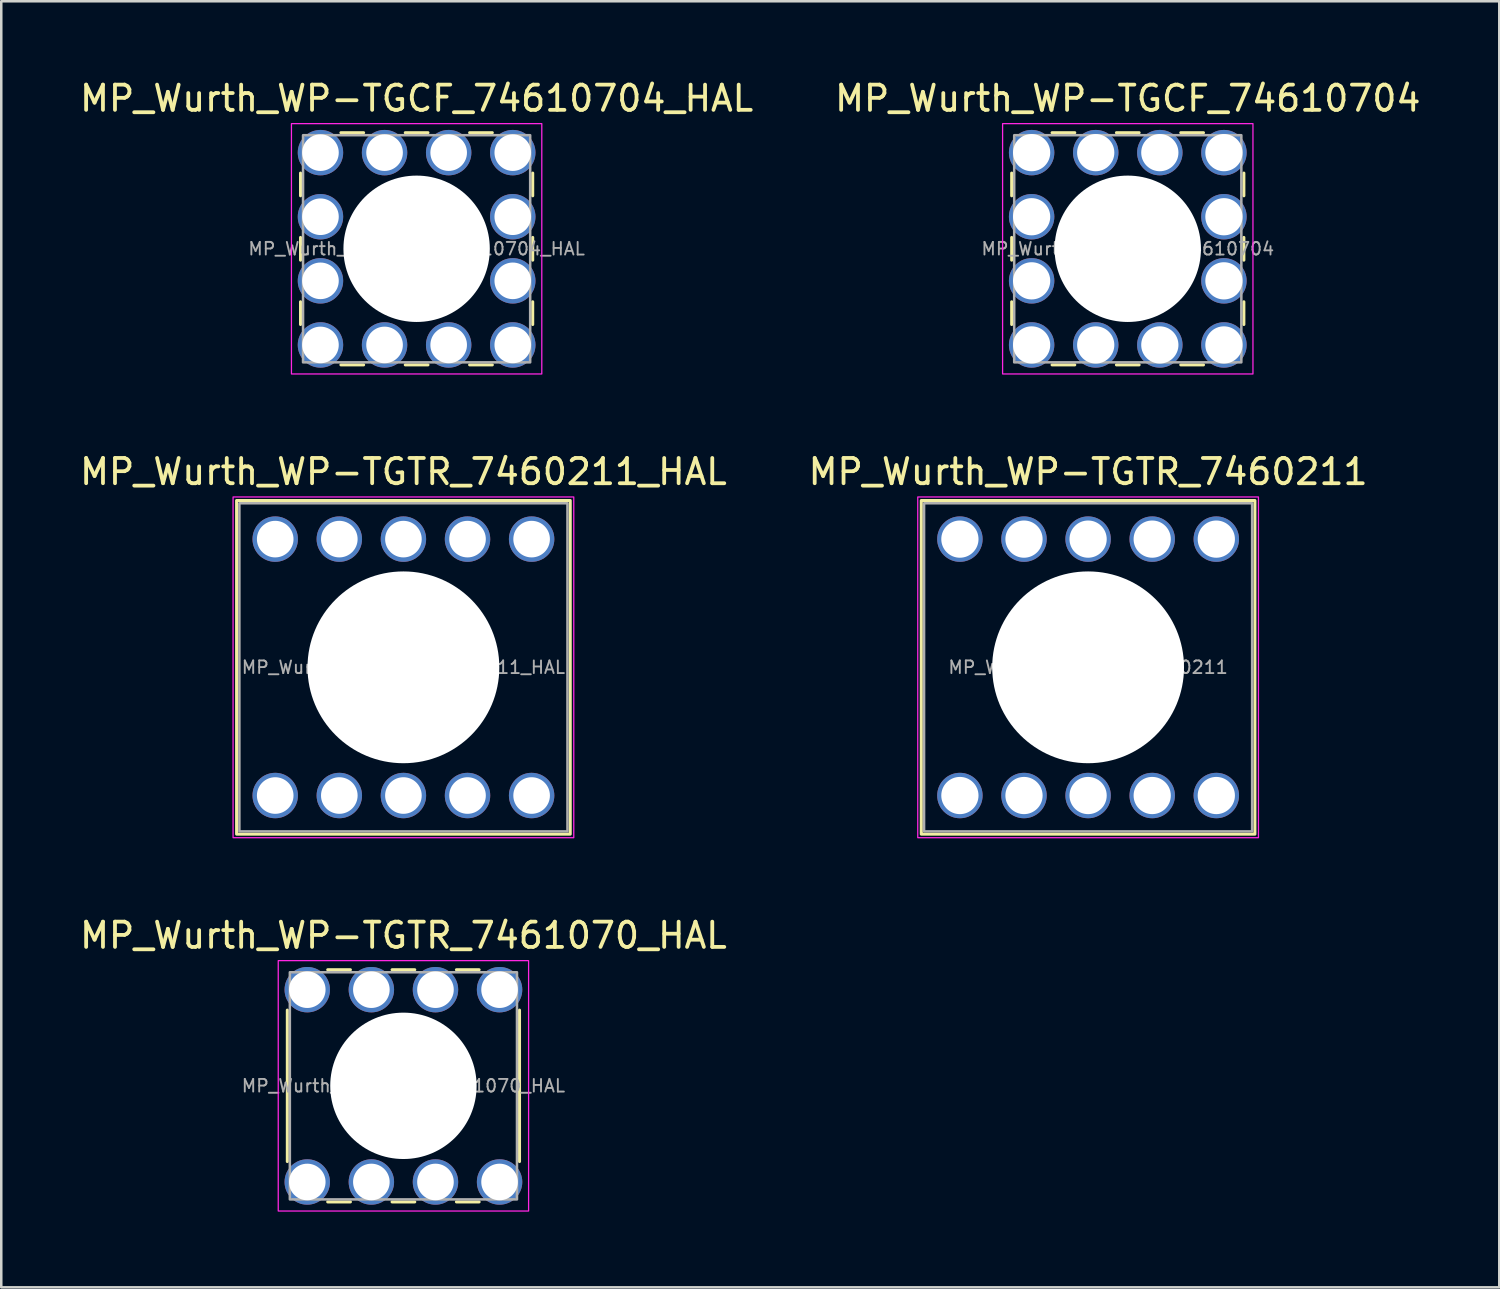
<source format=kicad_pcb>
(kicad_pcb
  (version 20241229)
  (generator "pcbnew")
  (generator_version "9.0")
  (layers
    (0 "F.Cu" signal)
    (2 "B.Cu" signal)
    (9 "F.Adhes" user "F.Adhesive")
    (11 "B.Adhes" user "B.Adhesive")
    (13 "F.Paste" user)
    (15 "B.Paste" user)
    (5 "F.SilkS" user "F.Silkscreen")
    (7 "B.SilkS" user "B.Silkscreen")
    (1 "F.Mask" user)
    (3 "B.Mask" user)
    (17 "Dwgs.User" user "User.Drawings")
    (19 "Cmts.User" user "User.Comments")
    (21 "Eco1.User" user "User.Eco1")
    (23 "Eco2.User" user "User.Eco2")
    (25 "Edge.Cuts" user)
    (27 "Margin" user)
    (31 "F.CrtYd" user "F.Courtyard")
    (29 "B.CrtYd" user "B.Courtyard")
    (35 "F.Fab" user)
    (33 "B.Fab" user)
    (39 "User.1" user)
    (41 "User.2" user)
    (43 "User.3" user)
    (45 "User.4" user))
  (footprint "MP_Wurth_WP-TGCF_74610704"
    (layer "F.Cu")
    (at 41.637 6.808)
    (property "Reference" "MP_Wurth_WP-TGCF_74610704" (at 0 -5.96 0) (unlocked yes) (layer "F.SilkS") (effects (font (size 1 1) (thickness 0.15))))
    (attr through_hole)
    (fp_line (start -4.6 -2.1) (end -4.6 -3) (stroke (width 0.12) (type solid)) (layer "F.SilkS"))
    (fp_line (start -4.6 0.45) (end -4.6 -0.45) (stroke (width 0.12) (type solid)) (layer "F.SilkS"))
    (fp_line (start -4.6 3) (end -4.6 2.1) (stroke (width 0.12) (type solid)) (layer "F.SilkS"))
    (fp_line (start -3 -4.6) (end -2.1 -4.6) (stroke (width 0.12) (type solid)) (layer "F.SilkS"))
    (fp_line (start -2.1 4.6) (end -3 4.6) (stroke (width 0.12) (type solid)) (layer "F.SilkS"))
    (fp_line (start -0.45 -4.6) (end 0.45 -4.6) (stroke (width 0.12) (type solid)) (layer "F.SilkS"))
    (fp_line (start 0.45 4.6) (end -0.45 4.6) (stroke (width 0.12) (type solid)) (layer "F.SilkS"))
    (fp_line (start 2.1 -4.6) (end 3 -4.6) (stroke (width 0.12) (type solid)) (layer "F.SilkS"))
    (fp_line (start 3 4.6) (end 2.1 4.6) (stroke (width 0.12) (type solid)) (layer "F.SilkS"))
    (fp_line (start 4.6 -3) (end 4.6 -2.1) (stroke (width 0.12) (type solid)) (layer "F.SilkS"))
    (fp_line (start 4.6 -0.45) (end 4.6 0.45) (stroke (width 0.12) (type solid)) (layer "F.SilkS"))
    (fp_line (start 4.6 2.1) (end 4.6 3) (stroke (width 0.12) (type solid)) (layer "F.SilkS"))
    (fp_rect (start -4.96 -4.96) (end 4.96 4.96) (stroke (width 0.05) (type solid)) (fill no) (layer "F.CrtYd"))
    (fp_rect (start -4.5 -4.5) (end 4.5 4.5) (stroke (width 0.1) (type solid)) (fill no) (layer "F.Fab"))
    (fp_text user "${REFERENCE}" (at 0 0 0) (unlocked yes) (layer "F.Fab") (effects (font (size 0.5 0.5) (thickness 0.075))))
    (pad "" np_thru_hole circle (at 0 0) (size 5.8 5.8) (drill 5.8) (layers "*.Cu" "*.Mask"))
    (pad "1" thru_hole circle (at -3.81 -3.81) (size 1.8 1.8) (drill 1.475) (layers "*.Cu" "*.Mask"))
    (pad "1" thru_hole circle (at -3.81 -1.27) (size 1.8 1.8) (drill 1.475) (layers "*.Cu" "*.Mask"))
    (pad "1" thru_hole circle (at -3.81 1.27) (size 1.8 1.8) (drill 1.475) (layers "*.Cu" "*.Mask"))
    (pad "1" thru_hole circle (at -3.81 3.81) (size 1.8 1.8) (drill 1.475) (layers "*.Cu" "*.Mask"))
    (pad "1" thru_hole circle (at -1.27 -3.81) (size 1.8 1.8) (drill 1.475) (layers "*.Cu" "*.Mask"))
    (pad "1" thru_hole circle (at -1.27 3.81) (size 1.8 1.8) (drill 1.475) (layers "*.Cu" "*.Mask"))
    (pad "1" thru_hole circle (at 1.27 -3.81) (size 1.8 1.8) (drill 1.475) (layers "*.Cu" "*.Mask"))
    (pad "1" thru_hole circle (at 1.27 3.81) (size 1.8 1.8) (drill 1.475) (layers "*.Cu" "*.Mask"))
    (pad "1" thru_hole circle (at 3.81 -3.81) (size 1.8 1.8) (drill 1.475) (layers "*.Cu" "*.Mask"))
    (pad "1" thru_hole circle (at 3.81 -1.27) (size 1.8 1.8) (drill 1.475) (layers "*.Cu" "*.Mask"))
    (pad "1" thru_hole circle (at 3.81 1.27) (size 1.8 1.8) (drill 1.475) (layers "*.Cu" "*.Mask"))
    (pad "1" thru_hole circle (at 3.81 3.81) (size 1.8 1.8) (drill 1.475) (layers "*.Cu" "*.Mask")))
  (footprint "MP_Wurth_WP-TGTR_7460211_HAL"
    (layer "F.Cu")
    (at 12.935 23.392)
    (property "Reference" "MP_Wurth_WP-TGTR_7460211_HAL" (at 0 -7.75 0) (unlocked yes) (layer "F.SilkS") (effects (font (size 1 1) (thickness 0.15))))
    (attr through_hole)
    (fp_rect (start -6.61 -6.61) (end 6.61 6.61) (stroke (width 0.12) (type solid)) (fill no) (layer "F.SilkS"))
    (fp_rect (start -6.75 -6.75) (end 6.75 6.75) (stroke (width 0.05) (type solid)) (fill no) (layer "F.CrtYd"))
    (fp_rect (start -6.5 -6.5) (end 6.5 6.5) (stroke (width 0.1) (type solid)) (fill no) (layer "F.Fab"))
    (fp_text user "${REFERENCE}" (at 0 0 0) (unlocked yes) (layer "F.Fab") (effects (font (size 0.5 0.5) (thickness 0.075))))
    (pad "" np_thru_hole circle (at 0 0) (size 7.6 7.6) (drill 7.6) (layers "*.Cu" "*.Mask"))
    (pad "1" thru_hole circle (at -5.08 -5.08) (size 1.8 1.8) (drill 1.45) (layers "*.Cu" "*.Mask"))
    (pad "1" thru_hole circle (at -5.08 5.08) (size 1.8 1.8) (drill 1.45) (layers "*.Cu" "*.Mask"))
    (pad "1" thru_hole circle (at -2.54 -5.08) (size 1.8 1.8) (drill 1.45) (layers "*.Cu" "*.Mask"))
    (pad "1" thru_hole circle (at -2.54 5.08) (size 1.8 1.8) (drill 1.45) (layers "*.Cu" "*.Mask"))
    (pad "1" thru_hole circle (at 0 -5.08) (size 1.8 1.8) (drill 1.45) (layers "*.Cu" "*.Mask"))
    (pad "1" thru_hole circle (at 0 5.08) (size 1.8 1.8) (drill 1.45) (layers "*.Cu" "*.Mask"))
    (pad "1" thru_hole circle (at 2.54 -5.08) (size 1.8 1.8) (drill 1.45) (layers "*.Cu" "*.Mask"))
    (pad "1" thru_hole circle (at 2.54 5.08) (size 1.8 1.8) (drill 1.45) (layers "*.Cu" "*.Mask"))
    (pad "1" thru_hole circle (at 5.08 -5.08) (size 1.8 1.8) (drill 1.45) (layers "*.Cu" "*.Mask"))
    (pad "1" thru_hole circle (at 5.08 5.08) (size 1.8 1.8) (drill 1.45) (layers "*.Cu" "*.Mask")))
  (footprint "MP_Wurth_WP-TGTR_7460211"
    (layer "F.Cu")
    (at 40.065 23.392)
    (property "Reference" "MP_Wurth_WP-TGTR_7460211" (at 0 -7.75 0) (unlocked yes) (layer "F.SilkS") (effects (font (size 1 1) (thickness 0.15))))
    (attr through_hole)
    (fp_rect (start -6.61 -6.61) (end 6.61 6.61) (stroke (width 0.12) (type solid)) (fill no) (layer "F.SilkS"))
    (fp_rect (start -6.75 -6.75) (end 6.75 6.75) (stroke (width 0.05) (type solid)) (fill no) (layer "F.CrtYd"))
    (fp_rect (start -6.5 -6.5) (end 6.5 6.5) (stroke (width 0.1) (type solid)) (fill no) (layer "F.Fab"))
    (fp_text user "${REFERENCE}" (at 0 0 0) (unlocked yes) (layer "F.Fab") (effects (font (size 0.5 0.5) (thickness 0.075))))
    (pad "" np_thru_hole circle (at 0 0) (size 7.6 7.6) (drill 7.6) (layers "*.Cu" "*.Mask"))
    (pad "1" thru_hole circle (at -5.08 -5.08) (size 1.8 1.8) (drill 1.475) (layers "*.Cu" "*.Mask"))
    (pad "1" thru_hole circle (at -5.08 5.08) (size 1.8 1.8) (drill 1.475) (layers "*.Cu" "*.Mask"))
    (pad "1" thru_hole circle (at -2.54 -5.08) (size 1.8 1.8) (drill 1.475) (layers "*.Cu" "*.Mask"))
    (pad "1" thru_hole circle (at -2.54 5.08) (size 1.8 1.8) (drill 1.475) (layers "*.Cu" "*.Mask"))
    (pad "1" thru_hole circle (at 0 -5.08) (size 1.8 1.8) (drill 1.475) (layers "*.Cu" "*.Mask"))
    (pad "1" thru_hole circle (at 0 5.08) (size 1.8 1.8) (drill 1.475) (layers "*.Cu" "*.Mask"))
    (pad "1" thru_hole circle (at 2.54 -5.08) (size 1.8 1.8) (drill 1.475) (layers "*.Cu" "*.Mask"))
    (pad "1" thru_hole circle (at 2.54 5.08) (size 1.8 1.8) (drill 1.475) (layers "*.Cu" "*.Mask"))
    (pad "1" thru_hole circle (at 5.08 -5.08) (size 1.8 1.8) (drill 1.475) (layers "*.Cu" "*.Mask"))
    (pad "1" thru_hole circle (at 5.08 5.08) (size 1.8 1.8) (drill 1.475) (layers "*.Cu" "*.Mask")))
  (footprint "MP_Wurth_WP-TGCF_74610704_HAL"
    (layer "F.Cu")
    (at 13.458 6.808)
    (property "Reference" "MP_Wurth_WP-TGCF_74610704_HAL" (at 0 -5.96 0) (unlocked yes) (layer "F.SilkS") (effects (font (size 1 1) (thickness 0.15))))
    (attr through_hole)
    (fp_line (start -4.6 -2.1) (end -4.6 -3) (stroke (width 0.12) (type solid)) (layer "F.SilkS"))
    (fp_line (start -4.6 0.45) (end -4.6 -0.45) (stroke (width 0.12) (type solid)) (layer "F.SilkS"))
    (fp_line (start -4.6 3) (end -4.6 2.1) (stroke (width 0.12) (type solid)) (layer "F.SilkS"))
    (fp_line (start -3 -4.6) (end -2.1 -4.6) (stroke (width 0.12) (type solid)) (layer "F.SilkS"))
    (fp_line (start -2.1 4.6) (end -3 4.6) (stroke (width 0.12) (type solid)) (layer "F.SilkS"))
    (fp_line (start -0.45 -4.6) (end 0.45 -4.6) (stroke (width 0.12) (type solid)) (layer "F.SilkS"))
    (fp_line (start 0.45 4.6) (end -0.45 4.6) (stroke (width 0.12) (type solid)) (layer "F.SilkS"))
    (fp_line (start 2.1 -4.6) (end 3 -4.6) (stroke (width 0.12) (type solid)) (layer "F.SilkS"))
    (fp_line (start 3 4.6) (end 2.1 4.6) (stroke (width 0.12) (type solid)) (layer "F.SilkS"))
    (fp_line (start 4.6 -3) (end 4.6 -2.1) (stroke (width 0.12) (type solid)) (layer "F.SilkS"))
    (fp_line (start 4.6 -0.45) (end 4.6 0.45) (stroke (width 0.12) (type solid)) (layer "F.SilkS"))
    (fp_line (start 4.6 2.1) (end 4.6 3) (stroke (width 0.12) (type solid)) (layer "F.SilkS"))
    (fp_rect (start -4.96 -4.96) (end 4.96 4.96) (stroke (width 0.05) (type solid)) (fill no) (layer "F.CrtYd"))
    (fp_rect (start -4.5 -4.5) (end 4.5 4.5) (stroke (width 0.1) (type solid)) (fill no) (layer "F.Fab"))
    (fp_text user "${REFERENCE}" (at 0 0 0) (unlocked yes) (layer "F.Fab") (effects (font (size 0.5 0.5) (thickness 0.075))))
    (pad "" np_thru_hole circle (at 0 0) (size 5.8 5.8) (drill 5.8) (layers "*.Cu" "*.Mask"))
    (pad "1" thru_hole circle (at -3.81 -3.81) (size 1.8 1.8) (drill 1.45) (layers "*.Cu" "*.Mask"))
    (pad "1" thru_hole circle (at -3.81 -1.27) (size 1.8 1.8) (drill 1.45) (layers "*.Cu" "*.Mask"))
    (pad "1" thru_hole circle (at -3.81 1.27) (size 1.8 1.8) (drill 1.45) (layers "*.Cu" "*.Mask"))
    (pad "1" thru_hole circle (at -3.81 3.81) (size 1.8 1.8) (drill 1.45) (layers "*.Cu" "*.Mask"))
    (pad "1" thru_hole circle (at -1.27 -3.81) (size 1.8 1.8) (drill 1.45) (layers "*.Cu" "*.Mask"))
    (pad "1" thru_hole circle (at -1.27 3.81) (size 1.8 1.8) (drill 1.45) (layers "*.Cu" "*.Mask"))
    (pad "1" thru_hole circle (at 1.27 -3.81) (size 1.8 1.8) (drill 1.45) (layers "*.Cu" "*.Mask"))
    (pad "1" thru_hole circle (at 1.27 3.81) (size 1.8 1.8) (drill 1.45) (layers "*.Cu" "*.Mask"))
    (pad "1" thru_hole circle (at 3.81 -3.81) (size 1.8 1.8) (drill 1.45) (layers "*.Cu" "*.Mask"))
    (pad "1" thru_hole circle (at 3.81 -1.27) (size 1.8 1.8) (drill 1.45) (layers "*.Cu" "*.Mask"))
    (pad "1" thru_hole circle (at 3.81 1.27) (size 1.8 1.8) (drill 1.45) (layers "*.Cu" "*.Mask"))
    (pad "1" thru_hole circle (at 3.81 3.81) (size 1.8 1.8) (drill 1.45) (layers "*.Cu" "*.Mask")))
  (footprint "MP_Wurth_WP-TGTR_7461070_HAL"
    (layer "F.Cu")
    (at 12.935 39.975)
    (property "Reference" "MP_Wurth_WP-TGTR_7461070_HAL" (at 0 -5.96 0) (unlocked yes) (layer "F.SilkS") (effects (font (size 1 1) (thickness 0.15))))
    (attr through_hole)
    (fp_line (start -4.6 -3) (end -4.6 3) (stroke (width 0.12) (type solid)) (layer "F.SilkS"))
    (fp_line (start -3 -4.6) (end -2.1 -4.6) (stroke (width 0.12) (type solid)) (layer "F.SilkS"))
    (fp_line (start -2.1 4.6) (end -3 4.6) (stroke (width 0.12) (type solid)) (layer "F.SilkS"))
    (fp_line (start -0.45 -4.6) (end 0.45 -4.6) (stroke (width 0.12) (type solid)) (layer "F.SilkS"))
    (fp_line (start 0.45 4.6) (end -0.45 4.6) (stroke (width 0.12) (type solid)) (layer "F.SilkS"))
    (fp_line (start 2.1 -4.6) (end 3 -4.6) (stroke (width 0.12) (type solid)) (layer "F.SilkS"))
    (fp_line (start 3 4.6) (end 2.1 4.6) (stroke (width 0.12) (type solid)) (layer "F.SilkS"))
    (fp_line (start 4.6 3) (end 4.6 -3) (stroke (width 0.12) (type solid)) (layer "F.SilkS"))
    (fp_rect (start -4.96 -4.96) (end 4.96 4.96) (stroke (width 0.05) (type solid)) (fill no) (layer "F.CrtYd"))
    (fp_rect (start -4.5 -4.5) (end 4.5 4.5) (stroke (width 0.1) (type solid)) (fill no) (layer "F.Fab"))
    (fp_text user "${REFERENCE}" (at 0 0 0) (unlocked yes) (layer "F.Fab") (effects (font (size 0.5 0.5) (thickness 0.075))))
    (pad "" np_thru_hole circle (at 0 0) (size 5.8 5.8) (drill 5.8) (layers "*.Cu" "*.Mask"))
    (pad "1" thru_hole circle (at -3.81 -3.81) (size 1.8 1.8) (drill 1.45) (layers "*.Cu" "*.Mask"))
    (pad "1" thru_hole circle (at -3.81 3.81) (size 1.8 1.8) (drill 1.45) (layers "*.Cu" "*.Mask"))
    (pad "1" thru_hole circle (at -1.27 -3.81) (size 1.8 1.8) (drill 1.45) (layers "*.Cu" "*.Mask"))
    (pad "1" thru_hole circle (at -1.27 3.81) (size 1.8 1.8) (drill 1.45) (layers "*.Cu" "*.Mask"))
    (pad "1" thru_hole circle (at 1.27 -3.81) (size 1.8 1.8) (drill 1.45) (layers "*.Cu" "*.Mask"))
    (pad "1" thru_hole circle (at 1.27 3.81) (size 1.8 1.8) (drill 1.45) (layers "*.Cu" "*.Mask"))
    (pad "1" thru_hole circle (at 3.81 -3.81) (size 1.8 1.8) (drill 1.45) (layers "*.Cu" "*.Mask"))
    (pad "1" thru_hole circle (at 3.81 3.81) (size 1.8 1.8) (drill 1.45) (layers "*.Cu" "*.Mask")))
  (gr_rect
    (start -3 -3)
    (end 56.357 47.96)
    (stroke (width 0.1) (type default))
    (fill no)
    (layer "Edge.Cuts")))
</source>
